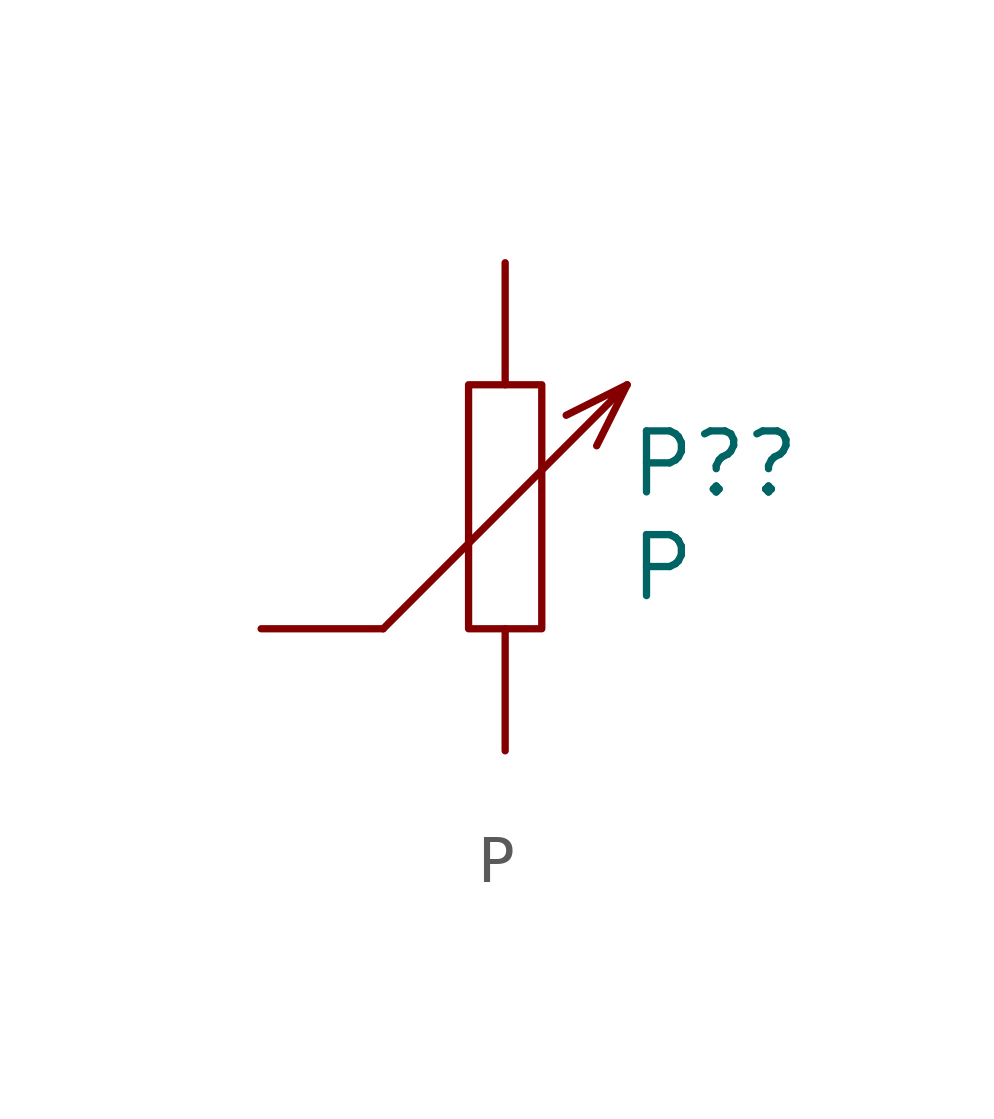
<source format=kicad_sym>
(kicad_symbol_lib
  (version 20220914)
  (generator kicad_symbol_editor)
  (symbol "P"
    (pin_numbers hide)
    (pin_names hide)
    (property "Reference" "P?"
      (at 2.54 0.889 0)
      (effects (font (size 1.27 1.27)) (justify left)))
    (property "Value" "P"
      (at 2.54 -1.27 0)
      (effects (font (size 1.27 1.27)) (justify left)))
    (symbol "P_0_1"
      (polyline (pts (xy 2.54 2.54) (xy 1.905 1.27)) (stroke (width 0) (type default)) (fill (type none)))
      (polyline (pts (xy -2.54 -2.54) (xy 2.54 2.54) (xy 1.27 1.905)) (stroke (width 0) (type default)) (fill (type none)))
      (polyline (pts (xy -0.762 2.54) (xy 0.762 2.54) (xy 0.762 -2.54) (xy -0.762 -2.54) (xy -0.762 2.54)) (stroke (width 0) (type default)) (fill (type none))))
    (symbol "P_1_1"
      (pin passive line (at 0 5.08 270) (length 2.54) (name "E" (effects (font (size 1.27 1.27)))) (number "E" (effects (font (size 1.27 1.27)))))
      (pin passive line (at 0 -5.08 90) (length 2.54) (name "S" (effects (font (size 1.27 1.27)))) (number "S" (effects (font (size 1.27 1.27)))))
      (pin passive line (at -5.08 -2.54 0) (length 2.54) (name "W" (effects (font (size 1.27 1.27)))) (number "W" (effects (font (size 1.27 1.27))))))))
</source>
